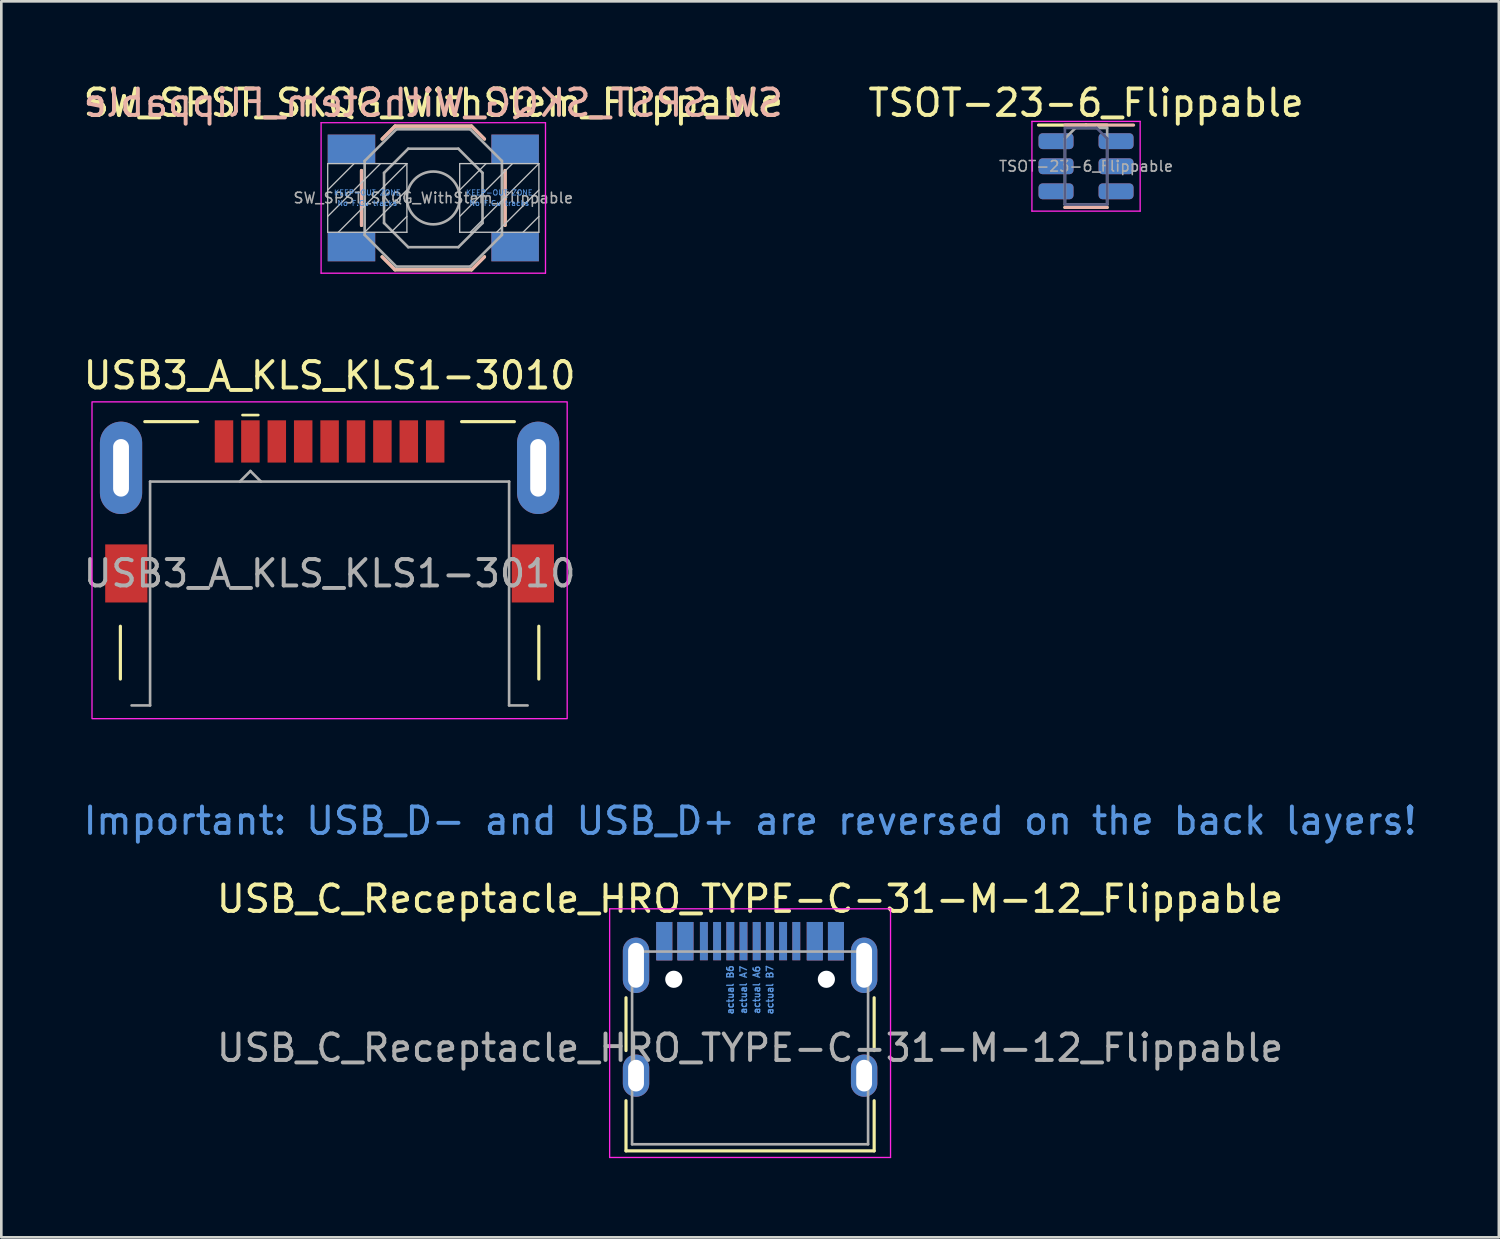
<source format=kicad_pcb>
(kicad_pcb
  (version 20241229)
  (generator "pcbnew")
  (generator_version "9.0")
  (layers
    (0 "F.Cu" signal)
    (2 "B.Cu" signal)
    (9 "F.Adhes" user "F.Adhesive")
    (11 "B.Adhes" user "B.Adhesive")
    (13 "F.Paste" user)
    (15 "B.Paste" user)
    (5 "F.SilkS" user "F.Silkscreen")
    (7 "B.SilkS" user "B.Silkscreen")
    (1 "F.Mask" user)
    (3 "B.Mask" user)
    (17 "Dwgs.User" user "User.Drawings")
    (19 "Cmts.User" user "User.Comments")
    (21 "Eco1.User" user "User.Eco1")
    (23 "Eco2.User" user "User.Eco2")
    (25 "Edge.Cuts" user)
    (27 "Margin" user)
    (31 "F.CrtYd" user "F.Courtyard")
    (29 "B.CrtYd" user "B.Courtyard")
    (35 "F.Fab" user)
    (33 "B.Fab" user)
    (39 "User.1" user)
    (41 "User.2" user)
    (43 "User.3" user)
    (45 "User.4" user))
  (footprint "USB3_A_KLS_KLS1-3010"
    (layer "F.Cu")
    (at 9.435 23.672)
    (property "Reference" "USB3_A_KLS_KLS1-3010" (at 0 -12.5 0) (unlocked yes) (layer "F.SilkS") (effects (font (size 1 1) (thickness 0.15))))
    (attr smd)
    (fp_line (start -7.925 -3) (end -7.925 -1) (stroke (width 0.12) (type solid)) (layer "F.SilkS"))
    (fp_line (start -7 -10.75) (end -5 -10.75) (stroke (width 0.12) (type solid)) (layer "F.SilkS"))
    (fp_line (start -3.3 -11) (end -2.7 -11) (stroke (width 0.1) (type solid)) (layer "F.SilkS"))
    (fp_line (start 7 -10.75) (end 5 -10.75) (stroke (width 0.12) (type solid)) (layer "F.SilkS"))
    (fp_line (start 7.925 -3) (end 7.925 -1) (stroke (width 0.12) (type solid)) (layer "F.SilkS"))
    (fp_rect (start -9 0.5) (end 9 -11.5) (stroke (width 0.05) (type solid)) (fill no) (layer "F.CrtYd"))
    (fp_line (start -6.8 -8.48) (end -6.8 0) (stroke (width 0.1) (type solid)) (layer "F.Fab"))
    (fp_line (start -6.8 0) (end -7.5 0) (stroke (width 0.1) (type solid)) (layer "F.Fab"))
    (fp_line (start -3 -8.88) (end -3.4 -8.48) (stroke (width 0.1) (type solid)) (layer "F.Fab"))
    (fp_line (start -3 -8.88) (end -2.6 -8.48) (stroke (width 0.1) (type solid)) (layer "F.Fab"))
    (fp_line (start 6.8 -8.48) (end -6.8 -8.48) (stroke (width 0.1) (type solid)) (layer "F.Fab"))
    (fp_line (start 6.8 -8.48) (end 6.8 0) (stroke (width 0.1) (type solid)) (layer "F.Fab"))
    (fp_line (start 6.8 0) (end 7.5 0) (stroke (width 0.1) (type solid)) (layer "F.Fab"))
    (fp_text user "${REFERENCE}" (at 0 -5 0) (unlocked yes) (layer "F.Fab") (effects (font (size 1 1) (thickness 0.15))))
    (pad "1" smd rect (at -3 -10.8) (size 0.7 1.6) (drill (offset 0 0.8)) (layers "F.Cu" "F.Mask" "F.Paste"))
    (pad "2" smd rect (at -1 -10.8) (size 0.7 1.6) (drill (offset 0 0.8)) (layers "F.Cu" "F.Mask" "F.Paste"))
    (pad "3" smd rect (at 1 -10.8) (size 0.7 1.6) (drill (offset 0 0.8)) (layers "F.Cu" "F.Mask" "F.Paste"))
    (pad "4" smd rect (at 3 -10.8) (size 0.7 1.6) (drill (offset 0 0.8)) (layers "F.Cu" "F.Mask" "F.Paste"))
    (pad "5" smd rect (at 4 -10.8) (size 0.7 1.6) (drill (offset 0 0.8)) (layers "F.Cu" "F.Mask" "F.Paste"))
    (pad "6" smd rect (at 2 -10.8) (size 0.7 1.6) (drill (offset 0 0.8)) (layers "F.Cu" "F.Mask" "F.Paste"))
    (pad "7" smd rect (at 0 -10.8) (size 0.7 1.6) (drill (offset 0 0.8)) (layers "F.Cu" "F.Mask" "F.Paste"))
    (pad "8" smd rect (at -2 -10.8) (size 0.7 1.6) (drill (offset 0 0.8)) (layers "F.Cu" "F.Mask" "F.Paste"))
    (pad "9" smd rect (at -4 -10.8) (size 0.7 1.6) (drill (offset 0 0.8)) (layers "F.Cu" "F.Mask" "F.Paste"))
    (pad "10" thru_hole oval (at -7.9 -9) (size 1.6 3.5) (drill oval 0.6 2.18) (layers "*.Cu" "*.Mask"))
    (pad "10" thru_hole oval (at 7.9 -9) (size 1.6 3.5) (drill oval 0.6 2.18) (layers "*.Cu" "*.Mask"))
    (pad "MP" smd rect (at -8.5 -5) (size 1.6 2.2) (drill (offset 0.8 0)) (layers "F.Cu" "F.Mask" "F.Paste"))
    (pad "MP" smd rect (at 8.5 -5) (size 1.6 2.2) (drill (offset -0.8 0)) (layers "F.Cu" "F.Mask" "F.Paste")))
  (footprint "USB_C_Receptacle_HRO_TYPE-C-31-M-12_Flippable"
    (layer "F.Cu")
    (at 25.363 36.645)
    (property "Reference" "USB_C_Receptacle_HRO_TYPE-C-31-M-12_Flippable" (at 0 -5.645 0) (layer "F.SilkS") (effects (font (size 1 1) (thickness 0.15))))
    (attr smd)
    (fp_line (start -4.7 -1.9) (end -4.7 0.1) (stroke (width 0.12) (type solid)) (layer "F.SilkS"))
    (fp_line (start -4.7 2) (end -4.7 3.9) (stroke (width 0.12) (type solid)) (layer "F.SilkS"))
    (fp_line (start -4.7 3.9) (end 4.7 3.9) (stroke (width 0.12) (type solid)) (layer "F.SilkS"))
    (fp_line (start 4.7 -1.9) (end 4.7 0.1) (stroke (width 0.12) (type solid)) (layer "F.SilkS"))
    (fp_line (start 4.7 2) (end 4.7 3.9) (stroke (width 0.12) (type solid)) (layer "F.SilkS"))
    (fp_line (start -5.32 -5.27) (end -5.32 4.15) (stroke (width 0.05) (type solid)) (layer "F.CrtYd"))
    (fp_line (start -5.32 -5.27) (end 5.32 -5.27) (stroke (width 0.05) (type solid)) (layer "F.CrtYd"))
    (fp_line (start -5.32 4.15) (end 5.32 4.15) (stroke (width 0.05) (type solid)) (layer "F.CrtYd"))
    (fp_line (start 5.32 -5.27) (end 5.32 4.15) (stroke (width 0.05) (type solid)) (layer "F.CrtYd"))
    (fp_line (start -4.47 -3.65) (end -4.47 3.65) (stroke (width 0.1) (type solid)) (layer "F.Fab"))
    (fp_line (start -4.47 -3.65) (end 4.47 -3.65) (stroke (width 0.1) (type solid)) (layer "F.Fab"))
    (fp_line (start -4.47 3.65) (end 4.47 3.65) (stroke (width 0.1) (type solid)) (layer "F.Fab"))
    (fp_line (start 4.47 -3.65) (end 4.47 3.65) (stroke (width 0.1) (type solid)) (layer "F.Fab"))
    (fp_text user "actual A7" (at -0.25 -2.2 90) (unlocked yes) (layer "Cmts.User") (effects (font (size 0.25 0.25) (thickness 0.05))))
    (fp_text user "actual B6" (at -0.75 -2.2 90) (unlocked yes) (layer "Cmts.User") (effects (font (size 0.25 0.25) (thickness 0.05))))
    (fp_text user "actual A6" (at 0.25 -2.2 90) (unlocked yes) (layer "Cmts.User") (effects (font (size 0.25 0.25) (thickness 0.05))))
    (fp_text user "Important: USB_D- and USB_D+ are reversed on the back layers!" (at 0 -8.6 0) (unlocked yes) (layer "Cmts.User") (effects (font (size 1 1) (thickness 0.15))))
    (fp_text user "actual B7" (at 0.75 -2.2 90) (unlocked yes) (layer "Cmts.User") (effects (font (size 0.25 0.25) (thickness 0.05))))
    (fp_text user "${REFERENCE}" (at 0 0 0) (layer "F.Fab") (effects (font (size 1 1) (thickness 0.15))))
    (pad "" np_thru_hole circle (at -2.89 -2.6) (size 0.65 0.65) (drill 0.65) (layers "*.Cu" "*.Mask"))
    (pad "" np_thru_hole circle (at 2.89 -2.6) (size 0.65 0.65) (drill 0.65) (layers "*.Cu" "*.Mask"))
    (pad "A1" smd rect (at -3.25 -4.045) (size 0.6 1.45) (layers "F.Cu" "F.Mask" "F.Paste"))
    (pad "A1" smd rect (at 3.25 -4.045) (size 0.6 1.45) (layers "B.Cu" "B.Mask" "B.Paste"))
    (pad "A4" smd rect (at -2.45 -4.045) (size 0.6 1.45) (layers "F.Cu" "F.Mask" "F.Paste"))
    (pad "A4" smd rect (at 2.45 -4.045) (size 0.6 1.45) (layers "B.Cu" "B.Mask" "B.Paste"))
    (pad "A5" smd rect (at -1.25 -4.045) (size 0.3 1.45) (layers "F.Cu" "F.Mask" "F.Paste"))
    (pad "A5" smd rect (at 1.25 -4.045) (size 0.3 1.45) (layers "B.Cu" "B.Mask" "B.Paste"))
    (pad "A6" smd rect (at -0.25 -4.045) (size 0.3 1.45) (layers "F.Cu" "F.Mask" "F.Paste"))
    (pad "A6" smd rect (at -0.25 -4.045) (size 0.3 1.45) (layers "B.Cu" "B.Mask" "B.Paste"))
    (pad "A7" smd rect (at 0.25 -4.045) (size 0.3 1.45) (layers "F.Cu" "F.Mask" "F.Paste"))
    (pad "A7" smd rect (at 0.25 -4.045) (size 0.3 1.45) (layers "B.Cu" "B.Mask" "B.Paste"))
    (pad "A8" smd rect (at -1.25 -4.045) (size 0.3 1.45) (layers "B.Cu" "B.Mask" "B.Paste"))
    (pad "A8" smd rect (at 1.25 -4.045) (size 0.3 1.45) (layers "F.Cu" "F.Mask" "F.Paste"))
    (pad "A9" smd rect (at -2.45 -4.045) (size 0.6 1.45) (layers "B.Cu" "B.Mask" "B.Paste"))
    (pad "A9" smd rect (at 2.45 -4.045) (size 0.6 1.45) (layers "F.Cu" "F.Mask" "F.Paste"))
    (pad "A12" smd rect (at -3.25 -4.045) (size 0.6 1.45) (layers "B.Cu" "B.Mask" "B.Paste"))
    (pad "A12" smd rect (at 3.25 -4.045) (size 0.6 1.45) (layers "F.Cu" "F.Mask" "F.Paste"))
    (pad "B1" smd rect (at -3.25 -4.045) (size 0.6 1.45) (layers "B.Cu" "B.Mask" "B.Paste"))
    (pad "B1" smd rect (at 3.25 -4.045) (size 0.6 1.45) (layers "F.Cu" "F.Mask" "F.Paste"))
    (pad "B4" smd rect (at -2.45 -4.045) (size 0.6 1.45) (layers "B.Cu" "B.Mask" "B.Paste"))
    (pad "B4" smd rect (at 2.45 -4.045) (size 0.6 1.45) (layers "F.Cu" "F.Mask" "F.Paste"))
    (pad "B5" smd rect (at -1.75 -4.045) (size 0.3 1.45) (layers "B.Cu" "B.Mask" "B.Paste"))
    (pad "B5" smd rect (at 1.75 -4.045) (size 0.3 1.45) (layers "F.Cu" "F.Mask" "F.Paste"))
    (pad "B6" smd rect (at 0.75 -4.045) (size 0.3 1.45) (layers "F.Cu" "F.Mask" "F.Paste"))
    (pad "B6" smd rect (at 0.75 -4.045) (size 0.3 1.45) (layers "B.Cu" "B.Mask" "B.Paste"))
    (pad "B7" smd rect (at -0.75 -4.045) (size 0.3 1.45) (layers "F.Cu" "F.Mask" "F.Paste"))
    (pad "B7" smd rect (at -0.75 -4.045) (size 0.3 1.45) (layers "B.Cu" "B.Mask" "B.Paste"))
    (pad "B8" smd rect (at -1.75 -4.045) (size 0.3 1.45) (layers "F.Cu" "F.Mask" "F.Paste"))
    (pad "B8" smd rect (at 1.75 -4.045) (size 0.3 1.45) (layers "B.Cu" "B.Mask" "B.Paste"))
    (pad "B9" smd rect (at -2.45 -4.045) (size 0.6 1.45) (layers "F.Cu" "F.Mask" "F.Paste"))
    (pad "B9" smd rect (at 2.45 -4.045) (size 0.6 1.45) (layers "B.Cu" "B.Mask" "B.Paste"))
    (pad "B12" smd rect (at -3.25 -4.045) (size 0.6 1.45) (layers "F.Cu" "F.Mask" "F.Paste"))
    (pad "B12" smd rect (at 3.25 -4.045) (size 0.6 1.45) (layers "B.Cu" "B.Mask" "B.Paste"))
    (pad "S1" thru_hole oval (at -4.32 -3.13) (size 1 2.1) (drill oval 0.6 1.7) (layers "*.Cu" "*.Mask"))
    (pad "S1" thru_hole oval (at -4.32 1.05) (size 1 1.6) (drill oval 0.6 1.2) (layers "*.Cu" "*.Mask"))
    (pad "S1" thru_hole oval (at 4.32 -3.13) (size 1 2.1) (drill oval 0.6 1.7) (layers "*.Cu" "*.Mask"))
    (pad "S1" thru_hole oval (at 4.32 1.05) (size 1 1.6) (drill oval 0.6 1.2) (layers "*.Cu" "*.Mask")))
  (footprint "TSOT-23-6_Flippable"
    (layer "F.Cu")
    (at 38.089 3.248)
    (property "Reference" "TSOT-23-6_Flippable" (at 0 -2.4 0) (layer "F.SilkS") (effects (font (size 1 1) (thickness 0.15))))
    (attr smd)
    (fp_line (start 0 -1.56) (end -1.8 -1.56) (stroke (width 0.12) (type solid)) (layer "F.SilkS"))
    (fp_line (start 0 -1.56) (end 0.8 -1.56) (stroke (width 0.12) (type solid)) (layer "F.SilkS"))
    (fp_line (start 0 1.56) (end -0.8 1.56) (stroke (width 0.12) (type solid)) (layer "F.SilkS"))
    (fp_line (start 0 1.56) (end 0.8 1.56) (stroke (width 0.12) (type solid)) (layer "F.SilkS"))
    (fp_line (start 0 -1.56) (end -0.8 -1.56) (stroke (width 0.12) (type solid)) (layer "B.SilkS"))
    (fp_line (start 0 -1.56) (end 1.8 -1.56) (stroke (width 0.12) (type solid)) (layer "B.SilkS"))
    (fp_line (start 0 1.56) (end -0.8 1.56) (stroke (width 0.12) (type solid)) (layer "B.SilkS"))
    (fp_line (start 0 1.56) (end 0.8 1.56) (stroke (width 0.12) (type solid)) (layer "B.SilkS"))
    (fp_line (start -2.05 -1.7) (end -2.05 1.7) (stroke (width 0.05) (type solid)) (layer "F.CrtYd"))
    (fp_line (start -2.05 1.7) (end 2.05 1.7) (stroke (width 0.05) (type solid)) (layer "F.CrtYd"))
    (fp_line (start 2.05 -1.7) (end -2.05 -1.7) (stroke (width 0.05) (type solid)) (layer "F.CrtYd"))
    (fp_line (start 2.05 1.7) (end 2.05 -1.7) (stroke (width 0.05) (type solid)) (layer "F.CrtYd"))
    (fp_line (start -0.8 -1.45) (end -0.8 1.45) (stroke (width 0.1) (type solid)) (layer "B.Fab"))
    (fp_line (start 0.4 -1.45) (end -0.8 -1.45) (stroke (width 0.1) (type solid)) (layer "B.Fab"))
    (fp_line (start 0.8 -1.05) (end 0.4 -1.45) (stroke (width 0.1) (type solid)) (layer "B.Fab"))
    (fp_line (start 0.8 1.45) (end -0.8 1.45) (stroke (width 0.1) (type solid)) (layer "B.Fab"))
    (fp_line (start 0.8 1.45) (end 0.8 -1.05) (stroke (width 0.1) (type solid)) (layer "B.Fab"))
    (fp_line (start -0.8 -1.05) (end -0.4 -1.45) (stroke (width 0.1) (type solid)) (layer "F.Fab"))
    (fp_line (start -0.8 1.45) (end -0.8 -1.05) (stroke (width 0.1) (type solid)) (layer "F.Fab"))
    (fp_line (start -0.4 -1.45) (end 0.8 -1.45) (stroke (width 0.1) (type solid)) (layer "F.Fab"))
    (fp_line (start 0.8 -1.45) (end 0.8 1.45) (stroke (width 0.1) (type solid)) (layer "F.Fab"))
    (fp_line (start 0.8 1.45) (end -0.8 1.45) (stroke (width 0.1) (type solid)) (layer "F.Fab"))
    (fp_text user "${REFERENCE}" (at 0 0 0) (layer "F.Fab") (effects (font (size 0.4 0.4) (thickness 0.06))))
    (pad "1" smd roundrect (at -1.137 -0.95) (size 1.325 0.6) (layers "F.Cu" "F.Mask" "F.Paste") (roundrect_rratio 0.25))
    (pad "1" smd roundrect (at 1.137 -0.95) (size 1.325 0.6) (layers "B.Cu" "B.Mask" "B.Paste") (roundrect_rratio 0.25))
    (pad "2" smd roundrect (at -1.137 0) (size 1.325 0.6) (layers "F.Cu" "F.Mask" "F.Paste") (roundrect_rratio 0.25))
    (pad "2" smd roundrect (at 1.137 0) (size 1.325 0.6) (layers "B.Cu" "B.Mask" "B.Paste") (roundrect_rratio 0.25))
    (pad "3" smd roundrect (at -1.137 0.95) (size 1.325 0.6) (layers "F.Cu" "F.Mask" "F.Paste") (roundrect_rratio 0.25))
    (pad "3" smd roundrect (at 1.137 0.95) (size 1.325 0.6) (layers "B.Cu" "B.Mask" "B.Paste") (roundrect_rratio 0.25))
    (pad "4" smd roundrect (at -1.137 0.95) (size 1.325 0.6) (layers "B.Cu" "B.Mask" "B.Paste") (roundrect_rratio 0.25))
    (pad "4" smd roundrect (at 1.137 0.95) (size 1.325 0.6) (layers "F.Cu" "F.Mask" "F.Paste") (roundrect_rratio 0.25))
    (pad "5" smd roundrect (at -1.137 0) (size 1.325 0.6) (layers "B.Cu" "B.Mask" "B.Paste") (roundrect_rratio 0.25))
    (pad "5" smd roundrect (at 1.137 0) (size 1.325 0.6) (layers "F.Cu" "F.Mask" "F.Paste") (roundrect_rratio 0.25))
    (pad "6" smd roundrect (at -1.137 -0.95) (size 1.325 0.6) (layers "B.Cu" "B.Mask" "B.Paste") (roundrect_rratio 0.25))
    (pad "6" smd roundrect (at 1.137 -0.95) (size 1.325 0.6) (layers "F.Cu" "F.Mask" "F.Paste") (roundrect_rratio 0.25)))
  (footprint "SW_SPST_SKQG_WithStem_Flippable"
    (layer "F.Cu")
    (at 13.363 4.448)
    (property "Reference" "SW_SPST_SKQG_WithStem_Flippable" (at 0 -3.6 0) (layer "F.SilkS") (effects (font (size 1 1) (thickness 0.15))))
    (attr smd)
    (fp_line (start -2.72 1.04) (end -2.72 -1.04) (stroke (width 0.12) (type solid)) (layer "F.SilkS"))
    (fp_line (start -1.45 -2.72) (end -1.94 -2.23) (stroke (width 0.12) (type solid)) (layer "F.SilkS"))
    (fp_line (start -1.45 -2.72) (end 1.45 -2.72) (stroke (width 0.12) (type solid)) (layer "F.SilkS"))
    (fp_line (start -1.45 2.72) (end -1.94 2.23) (stroke (width 0.12) (type solid)) (layer "F.SilkS"))
    (fp_line (start -1.45 2.72) (end 1.45 2.72) (stroke (width 0.12) (type solid)) (layer "F.SilkS"))
    (fp_line (start 1.45 -2.72) (end 1.94 -2.23) (stroke (width 0.12) (type solid)) (layer "F.SilkS"))
    (fp_line (start 1.45 2.72) (end 1.94 2.23) (stroke (width 0.12) (type solid)) (layer "F.SilkS"))
    (fp_line (start 2.72 1.04) (end 2.72 -1.04) (stroke (width 0.12) (type solid)) (layer "F.SilkS"))
    (fp_line (start -2.72 1.04) (end -2.72 -1.04) (stroke (width 0.12) (type solid)) (layer "B.SilkS"))
    (fp_line (start -1.45 -2.72) (end -1.94 -2.23) (stroke (width 0.12) (type solid)) (layer "B.SilkS"))
    (fp_line (start -1.45 -2.72) (end 1.45 -2.72) (stroke (width 0.12) (type solid)) (layer "B.SilkS"))
    (fp_line (start -1.45 2.72) (end -1.94 2.23) (stroke (width 0.12) (type solid)) (layer "B.SilkS"))
    (fp_line (start -1.45 2.72) (end 1.45 2.72) (stroke (width 0.12) (type solid)) (layer "B.SilkS"))
    (fp_line (start 1.45 -2.72) (end 1.94 -2.23) (stroke (width 0.12) (type solid)) (layer "B.SilkS"))
    (fp_line (start 1.45 2.72) (end 1.94 2.23) (stroke (width 0.12) (type solid)) (layer "B.SilkS"))
    (fp_line (start 2.72 1.04) (end 2.72 -1.04) (stroke (width 0.12) (type solid)) (layer "B.SilkS"))
    (fp_line (start -4 -1.3) (end -1 -1.3) (stroke (width 0.05) (type solid)) (layer "Dwgs.User"))
    (fp_line (start -4 -0.3) (end -3 -1.3) (stroke (width 0.05) (type solid)) (layer "Dwgs.User"))
    (fp_line (start -4 0.7) (end -2 -1.3) (stroke (width 0.05) (type solid)) (layer "Dwgs.User"))
    (fp_line (start -4 1.3) (end -4 -1.3) (stroke (width 0.05) (type solid)) (layer "Dwgs.User"))
    (fp_line (start -2.6 1.3) (end -1 -0.3) (stroke (width 0.05) (type solid)) (layer "Dwgs.User"))
    (fp_line (start -1 -1.3) (end -3.6 1.3) (stroke (width 0.05) (type solid)) (layer "Dwgs.User"))
    (fp_line (start -1 -1.3) (end -1 1.3) (stroke (width 0.05) (type solid)) (layer "Dwgs.User"))
    (fp_line (start -1 0.7) (end -1.6 1.3) (stroke (width 0.05) (type solid)) (layer "Dwgs.User"))
    (fp_line (start -1 1.3) (end -4 1.3) (stroke (width 0.05) (type solid)) (layer "Dwgs.User"))
    (fp_line (start 1 -1.3) (end 4 -1.3) (stroke (width 0.05) (type solid)) (layer "Dwgs.User"))
    (fp_line (start 1 -0.3) (end 2 -1.3) (stroke (width 0.05) (type solid)) (layer "Dwgs.User"))
    (fp_line (start 1 0.7) (end 3 -1.3) (stroke (width 0.05) (type solid)) (layer "Dwgs.User"))
    (fp_line (start 1 1.3) (end 1 -1.3) (stroke (width 0.05) (type solid)) (layer "Dwgs.User"))
    (fp_line (start 2.4 1.3) (end 4 -0.3) (stroke (width 0.05) (type solid)) (layer "Dwgs.User"))
    (fp_line (start 4 -1.3) (end 1.4 1.3) (stroke (width 0.05) (type solid)) (layer "Dwgs.User"))
    (fp_line (start 4 -1.3) (end 4 1.3) (stroke (width 0.05) (type solid)) (layer "Dwgs.User"))
    (fp_line (start 4 0.7) (end 3.4 1.3) (stroke (width 0.05) (type solid)) (layer "Dwgs.User"))
    (fp_line (start 4 1.3) (end 1 1.3) (stroke (width 0.05) (type solid)) (layer "Dwgs.User"))
    (fp_line (start -4.25 -2.85) (end -4.25 2.85) (stroke (width 0.05) (type solid)) (layer "F.CrtYd"))
    (fp_line (start -4.25 2.85) (end 4.25 2.85) (stroke (width 0.05) (type solid)) (layer "F.CrtYd"))
    (fp_line (start 4.25 -2.85) (end -4.25 -2.85) (stroke (width 0.05) (type solid)) (layer "F.CrtYd"))
    (fp_line (start 4.25 2.85) (end 4.25 -2.85) (stroke (width 0.05) (type solid)) (layer "F.CrtYd"))
    (fp_line (start -2.6 -1.4) (end -1.4 -2.6) (stroke (width 0.1) (type solid)) (layer "F.Fab"))
    (fp_line (start -2.6 1.4) (end -2.6 -1.4) (stroke (width 0.1) (type solid)) (layer "F.Fab"))
    (fp_line (start -1.865 0.95) (end -1.865 -0.95) (stroke (width 0.1) (type solid)) (layer "F.Fab"))
    (fp_line (start -1.4 -2.6) (end 1.4 -2.6) (stroke (width 0.1) (type solid)) (layer "F.Fab"))
    (fp_line (start -1.4 2.6) (end -2.6 1.4) (stroke (width 0.1) (type solid)) (layer "F.Fab"))
    (fp_line (start -0.95 -1.865) (end -1.865 -0.95) (stroke (width 0.1) (type solid)) (layer "F.Fab"))
    (fp_line (start -0.95 -1.865) (end 0.95 -1.865) (stroke (width 0.1) (type solid)) (layer "F.Fab"))
    (fp_line (start -0.95 1.865) (end -1.865 0.95) (stroke (width 0.1) (type solid)) (layer "F.Fab"))
    (fp_line (start 0.95 -1.865) (end 1.865 -0.95) (stroke (width 0.1) (type solid)) (layer "F.Fab"))
    (fp_line (start 0.95 1.865) (end -0.95 1.865) (stroke (width 0.1) (type solid)) (layer "F.Fab"))
    (fp_line (start 0.95 1.865) (end 1.865 0.95) (stroke (width 0.1) (type solid)) (layer "F.Fab"))
    (fp_line (start 1.4 -2.6) (end 2.6 -1.4) (stroke (width 0.1) (type solid)) (layer "F.Fab"))
    (fp_line (start 1.4 2.6) (end -1.4 2.6) (stroke (width 0.1) (type solid)) (layer "F.Fab"))
    (fp_line (start 1.865 -0.95) (end 1.865 0.95) (stroke (width 0.1) (type solid)) (layer "F.Fab"))
    (fp_line (start 2.6 -1.4) (end 2.6 1.4) (stroke (width 0.1) (type solid)) (layer "F.Fab"))
    (fp_line (start 2.6 1.4) (end 1.4 2.6) (stroke (width 0.1) (type solid)) (layer "F.Fab"))
    (fp_circle (center 0 0) (end 1 0) (stroke (width 0.1) (type solid)) (fill no) (layer "F.Fab"))
    (fp_text user "${REFERENCE}" (at 0 -3.6 0) (layer "B.SilkS") (effects (font (size 1 1) (thickness 0.15)) (justify mirror)))
    (fp_text user "No F.Cu tracks" (at -2.5 0.2 0) (layer "Cmts.User") (effects (font (size 0.2 0.2) (thickness 0.03))))
    (fp_text user "KEEP-OUT ZONE" (at 2.5 -0.2 0) (layer "Cmts.User") (effects (font (size 0.2 0.2) (thickness 0.03))))
    (fp_text user "KEEP-OUT ZONE" (at -2.5 -0.2 0) (layer "Cmts.User") (effects (font (size 0.2 0.2) (thickness 0.03))))
    (fp_text user "No F.Cu tracks" (at 2.5 0.2 0) (layer "Cmts.User") (effects (font (size 0.2 0.2) (thickness 0.03))))
    (fp_text user "${REFERENCE}" (at 0 0 0) (layer "F.Fab") (effects (font (size 0.4 0.4) (thickness 0.06))))
    (pad "1" smd rect (at -3.1 -1.85) (size 1.8 1.1) (layers "F.Cu" "F.Mask" "F.Paste"))
    (pad "1" smd rect (at -3.1 -1.85) (size 1.8 1.1) (layers "B.Cu" "B.Mask" "B.Paste"))
    (pad "1" smd rect (at 3.1 -1.85) (size 1.8 1.1) (layers "F.Cu" "F.Mask" "F.Paste"))
    (pad "1" smd rect (at 3.1 -1.85) (size 1.8 1.1) (layers "B.Cu" "B.Mask" "B.Paste"))
    (pad "2" smd rect (at -3.1 1.85) (size 1.8 1.1) (layers "F.Cu" "F.Mask" "F.Paste"))
    (pad "2" smd rect (at -3.1 1.85) (size 1.8 1.1) (layers "B.Cu" "B.Mask" "B.Paste"))
    (pad "2" smd rect (at 3.1 1.85) (size 1.8 1.1) (layers "F.Cu" "F.Mask" "F.Paste"))
    (pad "2" smd rect (at 3.1 1.85) (size 1.8 1.1) (layers "B.Cu" "B.Mask" "B.Paste")))
  (gr_rect
    (start -3 -3)
    (end 53.726 43.82)
    (stroke (width 0.1) (type default))
    (fill no)
    (layer "Edge.Cuts")))
</source>
